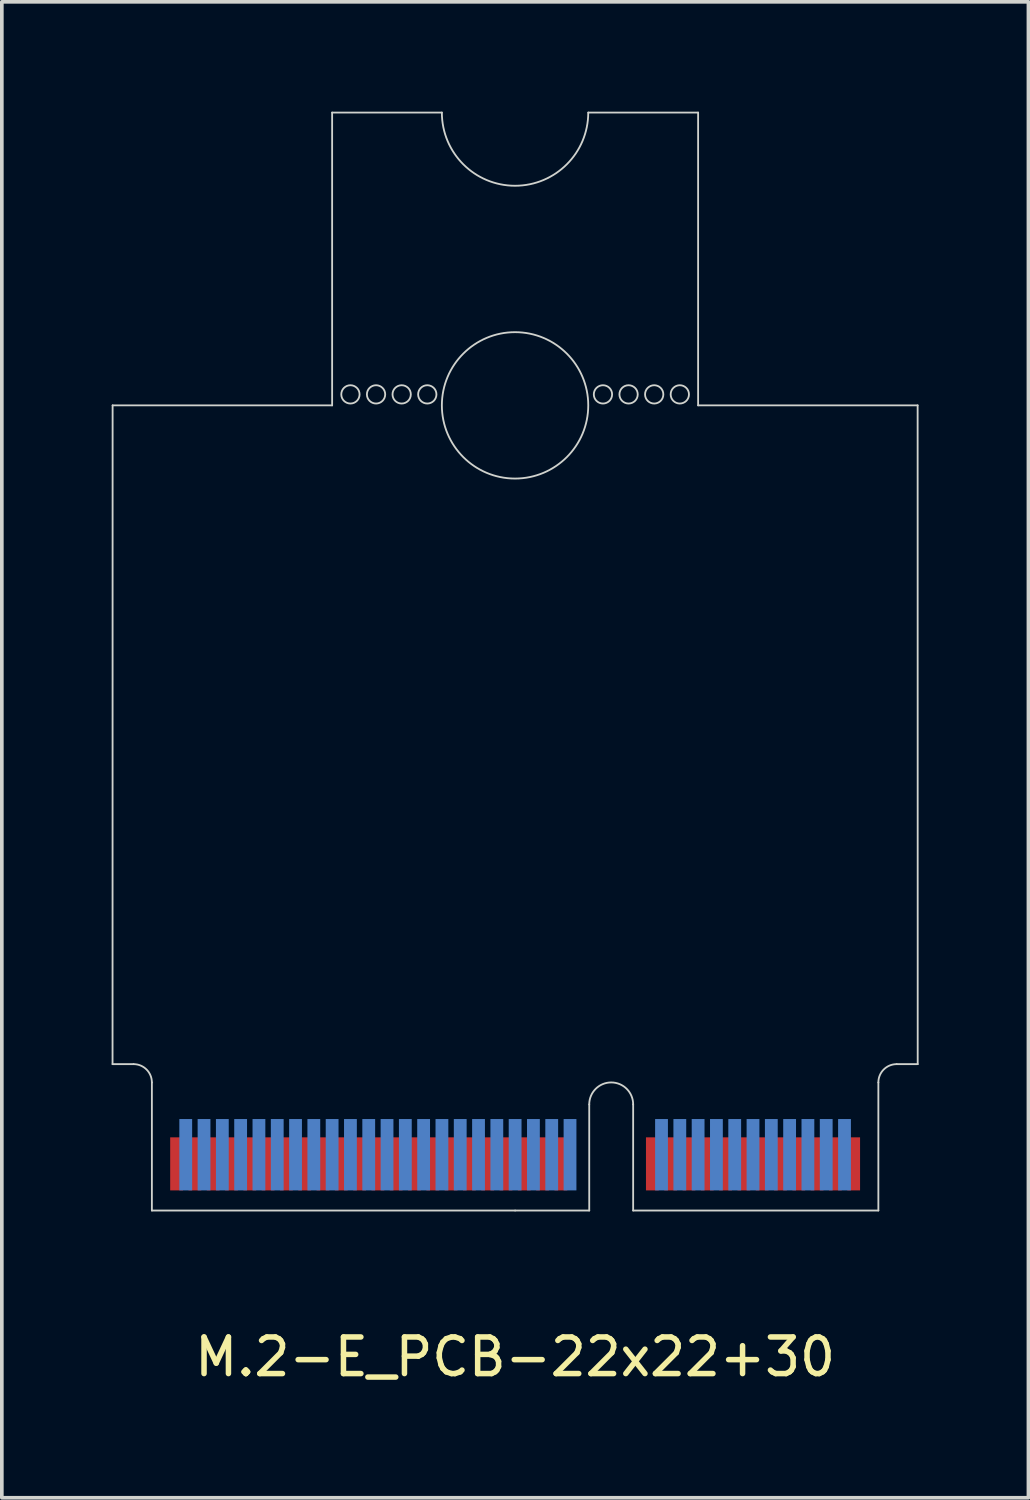
<source format=kicad_pcb>
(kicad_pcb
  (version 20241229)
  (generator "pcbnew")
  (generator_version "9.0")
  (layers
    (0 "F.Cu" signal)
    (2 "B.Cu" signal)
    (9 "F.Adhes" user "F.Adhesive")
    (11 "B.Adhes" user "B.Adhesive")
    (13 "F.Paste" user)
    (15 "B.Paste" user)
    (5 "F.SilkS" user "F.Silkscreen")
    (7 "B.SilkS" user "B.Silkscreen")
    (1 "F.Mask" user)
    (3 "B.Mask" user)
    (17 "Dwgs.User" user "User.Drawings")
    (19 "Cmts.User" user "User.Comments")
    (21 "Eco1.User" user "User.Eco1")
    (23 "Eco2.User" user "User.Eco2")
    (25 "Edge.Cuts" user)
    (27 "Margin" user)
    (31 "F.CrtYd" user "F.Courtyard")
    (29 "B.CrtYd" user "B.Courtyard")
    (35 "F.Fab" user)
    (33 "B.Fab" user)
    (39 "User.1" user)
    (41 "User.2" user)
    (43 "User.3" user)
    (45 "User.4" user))
  (footprint "M.2-E_PCB-22x22+30"
    (layer "F.Cu")
    (at 11.025 31.026)
    (property "Reference" "M.2-E_PCB-22x22+30" (at 0 3 0) (layer "F.SilkS") (effects (font (size 1 1) (thickness 0.15))))
    (attr through_hole)
    (fp_poly (pts (xy -9.925 -1) (xy 2.025 -1) (xy 2.025 -3) (xy -9.925 -3)) (stroke (width 0.1) (type solid)) (fill yes) (layer "F.Mask"))
    (fp_poly (pts (xy 3.225 -1) (xy 9.925 -1) (xy 9.925 -3) (xy 3.225 -3)) (stroke (width 0.1) (type solid)) (fill yes) (layer "F.Mask"))
    (fp_poly (pts (xy -9.925 -1) (xy 2.025 -1) (xy 2.025 -3.5) (xy -9.925 -3.5)) (stroke (width 0.1) (type solid)) (fill yes) (layer "B.Mask"))
    (fp_poly (pts (xy 3.225 -1) (xy 9.925 -1) (xy 9.925 -3.5) (xy 3.225 -3.5)) (stroke (width 0.1) (type solid)) (fill yes) (layer "B.Mask"))
    (fp_line (start -11 -5) (end -10.425 -5) (stroke (width 0.05) (type solid)) (layer "Edge.Cuts"))
    (fp_line (start -10.998 -23) (end -11 -5) (stroke (width 0.05) (type solid)) (layer "Edge.Cuts"))
    (fp_line (start -9.925 -4.5) (end -9.925 -1) (stroke (width 0.05) (type solid)) (layer "Edge.Cuts"))
    (fp_line (start -9.925 -1) (end 0 -1) (stroke (width 0.05) (type solid)) (layer "Edge.Cuts"))
    (fp_line (start -5 -23) (end -10.998 -23) (stroke (width 0.05) (type solid)) (layer "Edge.Cuts"))
    (fp_line (start -5 -23) (end -5 -31) (stroke (width 0.05) (type solid)) (layer "Edge.Cuts"))
    (fp_line (start -2.002 -31) (end -5 -31) (stroke (width 0.05) (type solid)) (layer "Edge.Cuts"))
    (fp_line (start 0 -1) (end 2.025 -1) (stroke (width 0.05) (type solid)) (layer "Edge.Cuts"))
    (fp_line (start 2.025 -1) (end 2.025 -3.9) (stroke (width 0.05) (type solid)) (layer "Edge.Cuts"))
    (fp_line (start 3.225 -3.9) (end 3.225 -1) (stroke (width 0.05) (type solid)) (layer "Edge.Cuts"))
    (fp_line (start 3.225 -1) (end 9.925 -1) (stroke (width 0.05) (type solid)) (layer "Edge.Cuts"))
    (fp_line (start 5 -31) (end 2 -31) (stroke (width 0.05) (type solid)) (layer "Edge.Cuts"))
    (fp_line (start 5 -23) (end 5 -31) (stroke (width 0.05) (type solid)) (layer "Edge.Cuts"))
    (fp_line (start 9.925 -1) (end 9.925 -4.5) (stroke (width 0.05) (type solid)) (layer "Edge.Cuts"))
    (fp_line (start 10.425 -5) (end 11 -5) (stroke (width 0.05) (type solid)) (layer "Edge.Cuts"))
    (fp_line (start 10.998 -23) (end 5 -23) (stroke (width 0.05) (type solid)) (layer "Edge.Cuts"))
    (fp_line (start 11 -5) (end 10.998 -23) (stroke (width 0.05) (type solid)) (layer "Edge.Cuts"))
    (fp_arc (start -10.425 -5) (mid -10.071447 -4.853553) (end -9.925 -4.5) (stroke (width 0.05) (type solid)) (layer "Edge.Cuts"))
    (fp_arc (start -4.75 -23.3) (mid -4.25 -23.3) (end -4.75 -23.3) (stroke (width 0.05) (type solid)) (layer "Edge.Cuts"))
    (fp_arc (start -4.05 -23.3) (mid -3.55 -23.3) (end -4.05 -23.3) (stroke (width 0.05) (type solid)) (layer "Edge.Cuts"))
    (fp_arc (start -3.35 -23.3) (mid -2.85 -23.3) (end -3.35 -23.3) (stroke (width 0.05) (type solid)) (layer "Edge.Cuts"))
    (fp_arc (start -2.65 -23.3) (mid -2.15 -23.3) (end -2.65 -23.3) (stroke (width 0.05) (type solid)) (layer "Edge.Cuts"))
    (fp_arc (start -2.0018 -23) (mid 1.9982 -23) (end -2.0018 -23) (stroke (width 0.05) (type solid)) (layer "Edge.Cuts"))
    (fp_arc (start 1.9982 -31.0005) (mid -0.0018 -29.0005) (end -2.0018 -31.0005) (stroke (width 0.05) (type solid)) (layer "Edge.Cuts"))
    (fp_arc (start 2.025 -3.9) (mid 2.625 -4.5) (end 3.225 -3.9) (stroke (width 0.05) (type solid)) (layer "Edge.Cuts"))
    (fp_arc (start 2.15 -23.3) (mid 2.65 -23.3) (end 2.15 -23.3) (stroke (width 0.05) (type solid)) (layer "Edge.Cuts"))
    (fp_arc (start 2.85 -23.3) (mid 3.35 -23.3) (end 2.85 -23.3) (stroke (width 0.05) (type solid)) (layer "Edge.Cuts"))
    (fp_arc (start 3.55 -23.3) (mid 4.05 -23.3) (end 3.55 -23.3) (stroke (width 0.05) (type solid)) (layer "Edge.Cuts"))
    (fp_arc (start 4.25 -23.3) (mid 4.75 -23.3) (end 4.25 -23.3) (stroke (width 0.05) (type solid)) (layer "Edge.Cuts"))
    (fp_arc (start 9.925 -4.5) (mid 10.071447 -4.853553) (end 10.425 -5) (stroke (width 0.05) (type solid)) (layer "Edge.Cuts"))
    (pad "1" smd rect (at 9.25 -2.275) (size 0.35 1.45) (layers "F.Cu"))
    (pad "2" smd rect (at 9 -2.525) (size 0.35 1.95) (layers "B.Cu"))
    (pad "3" smd rect (at 8.75 -2.275) (size 0.35 1.45) (layers "F.Cu"))
    (pad "4" smd rect (at 8.5 -2.525) (size 0.35 1.95) (layers "B.Cu"))
    (pad "5" smd rect (at 8.25 -2.275) (size 0.35 1.45) (layers "F.Cu"))
    (pad "6" smd rect (at 8 -2.525) (size 0.35 1.95) (layers "B.Cu"))
    (pad "7" smd rect (at 7.75 -2.275) (size 0.35 1.45) (layers "F.Cu"))
    (pad "8" smd rect (at 7.5 -2.525) (size 0.35 1.95) (layers "B.Cu"))
    (pad "9" smd rect (at 7.25 -2.275) (size 0.35 1.45) (layers "F.Cu"))
    (pad "10" smd rect (at 7 -2.525) (size 0.35 1.95) (layers "B.Cu"))
    (pad "11" smd rect (at 6.75 -2.275) (size 0.35 1.45) (layers "F.Cu"))
    (pad "12" smd rect (at 6.5 -2.525) (size 0.35 1.95) (layers "B.Cu"))
    (pad "13" smd rect (at 6.25 -2.275) (size 0.35 1.45) (layers "F.Cu"))
    (pad "14" smd rect (at 6 -2.525) (size 0.35 1.95) (layers "B.Cu"))
    (pad "15" smd rect (at 5.75 -2.275) (size 0.35 1.45) (layers "F.Cu"))
    (pad "16" smd rect (at 5.5 -2.525) (size 0.35 1.95) (layers "B.Cu"))
    (pad "17" smd rect (at 5.25 -2.275) (size 0.35 1.45) (layers "F.Cu"))
    (pad "18" smd rect (at 5 -2.525) (size 0.35 1.95) (layers "B.Cu"))
    (pad "19" smd rect (at 4.75 -2.275) (size 0.35 1.45) (layers "F.Cu"))
    (pad "20" smd rect (at 4.5 -2.525) (size 0.35 1.95) (layers "B.Cu"))
    (pad "21" smd rect (at 4.25 -2.275) (size 0.35 1.45) (layers "F.Cu"))
    (pad "22" smd rect (at 4 -2.525) (size 0.35 1.95) (layers "B.Cu"))
    (pad "23" smd rect (at 3.75 -2.275) (size 0.35 1.45) (layers "F.Cu"))
    (pad "32" smd rect (at 1.5 -2.525) (size 0.35 1.95) (layers "B.Cu"))
    (pad "33" smd rect (at 1.25 -2.275) (size 0.35 1.45) (layers "F.Cu"))
    (pad "34" smd rect (at 1 -2.525) (size 0.35 1.95) (layers "B.Cu"))
    (pad "35" smd rect (at 0.75 -2.275) (size 0.35 1.45) (layers "F.Cu"))
    (pad "36" smd rect (at 0.5 -2.525) (size 0.35 1.95) (layers "B.Cu"))
    (pad "37" smd rect (at 0.25 -2.275) (size 0.35 1.45) (layers "F.Cu"))
    (pad "38" smd rect (at 0 -2.525) (size 0.35 1.95) (layers "B.Cu"))
    (pad "39" smd rect (at -0.25 -2.275) (size 0.35 1.45) (layers "F.Cu"))
    (pad "40" smd rect (at -0.5 -2.525) (size 0.35 1.95) (layers "B.Cu"))
    (pad "41" smd rect (at -0.75 -2.275) (size 0.35 1.45) (layers "F.Cu"))
    (pad "42" smd rect (at -1 -2.525) (size 0.35 1.95) (layers "B.Cu"))
    (pad "43" smd rect (at -1.25 -2.275) (size 0.35 1.45) (layers "F.Cu"))
    (pad "44" smd rect (at -1.5 -2.525) (size 0.35 1.95) (layers "B.Cu"))
    (pad "45" smd rect (at -1.75 -2.275) (size 0.35 1.45) (layers "F.Cu"))
    (pad "46" smd rect (at -2 -2.525) (size 0.35 1.95) (layers "B.Cu"))
    (pad "47" smd rect (at -2.25 -2.275) (size 0.35 1.45) (layers "F.Cu"))
    (pad "48" smd rect (at -2.5 -2.525) (size 0.35 1.95) (layers "B.Cu"))
    (pad "49" smd rect (at -2.75 -2.275) (size 0.35 1.45) (layers "F.Cu"))
    (pad "50" smd rect (at -3 -2.525) (size 0.35 1.95) (layers "B.Cu"))
    (pad "51" smd rect (at -3.25 -2.275) (size 0.35 1.45) (layers "F.Cu"))
    (pad "52" smd rect (at -3.5 -2.525) (size 0.35 1.95) (layers "B.Cu"))
    (pad "53" smd rect (at -3.75 -2.275) (size 0.35 1.45) (layers "F.Cu"))
    (pad "54" smd rect (at -4 -2.525) (size 0.35 1.95) (layers "B.Cu"))
    (pad "55" smd rect (at -4.25 -2.275) (size 0.35 1.45) (layers "F.Cu"))
    (pad "56" smd rect (at -4.5 -2.525) (size 0.35 1.95) (layers "B.Cu"))
    (pad "57" smd rect (at -4.75 -2.275) (size 0.35 1.45) (layers "F.Cu"))
    (pad "58" smd rect (at -5 -2.525) (size 0.35 1.95) (layers "B.Cu"))
    (pad "59" smd rect (at -5.25 -2.275) (size 0.35 1.45) (layers "F.Cu"))
    (pad "60" smd rect (at -5.5 -2.525) (size 0.35 1.95) (layers "B.Cu"))
    (pad "61" smd rect (at -5.75 -2.275) (size 0.35 1.45) (layers "F.Cu"))
    (pad "62" smd rect (at -6 -2.525) (size 0.35 1.95) (layers "B.Cu"))
    (pad "63" smd rect (at -6.25 -2.275) (size 0.35 1.45) (layers "F.Cu"))
    (pad "64" smd rect (at -6.5 -2.525) (size 0.35 1.95) (layers "B.Cu"))
    (pad "65" smd rect (at -6.75 -2.275) (size 0.35 1.45) (layers "F.Cu"))
    (pad "66" smd rect (at -7 -2.525) (size 0.35 1.95) (layers "B.Cu"))
    (pad "67" smd rect (at -7.25 -2.275) (size 0.35 1.45) (layers "F.Cu"))
    (pad "68" smd rect (at -7.5 -2.525) (size 0.35 1.95) (layers "B.Cu"))
    (pad "69" smd rect (at -7.75 -2.275) (size 0.35 1.45) (layers "F.Cu"))
    (pad "70" smd rect (at -8 -2.525) (size 0.35 1.95) (layers "B.Cu"))
    (pad "71" smd rect (at -8.25 -2.275) (size 0.35 1.45) (layers "F.Cu"))
    (pad "72" smd rect (at -8.5 -2.525) (size 0.35 1.95) (layers "B.Cu"))
    (pad "73" smd rect (at -8.75 -2.275) (size 0.35 1.45) (layers "F.Cu"))
    (pad "74" smd rect (at -9 -2.525) (size 0.35 1.95) (layers "B.Cu"))
    (pad "75" smd rect (at -9.25 -2.275) (size 0.35 1.45) (layers "F.Cu")))
  (gr_rect
    (start -3 -3)
    (end 25.05 37.874)
    (stroke (width 0.1) (type default))
    (fill no)
    (layer "Edge.Cuts")))
</source>
